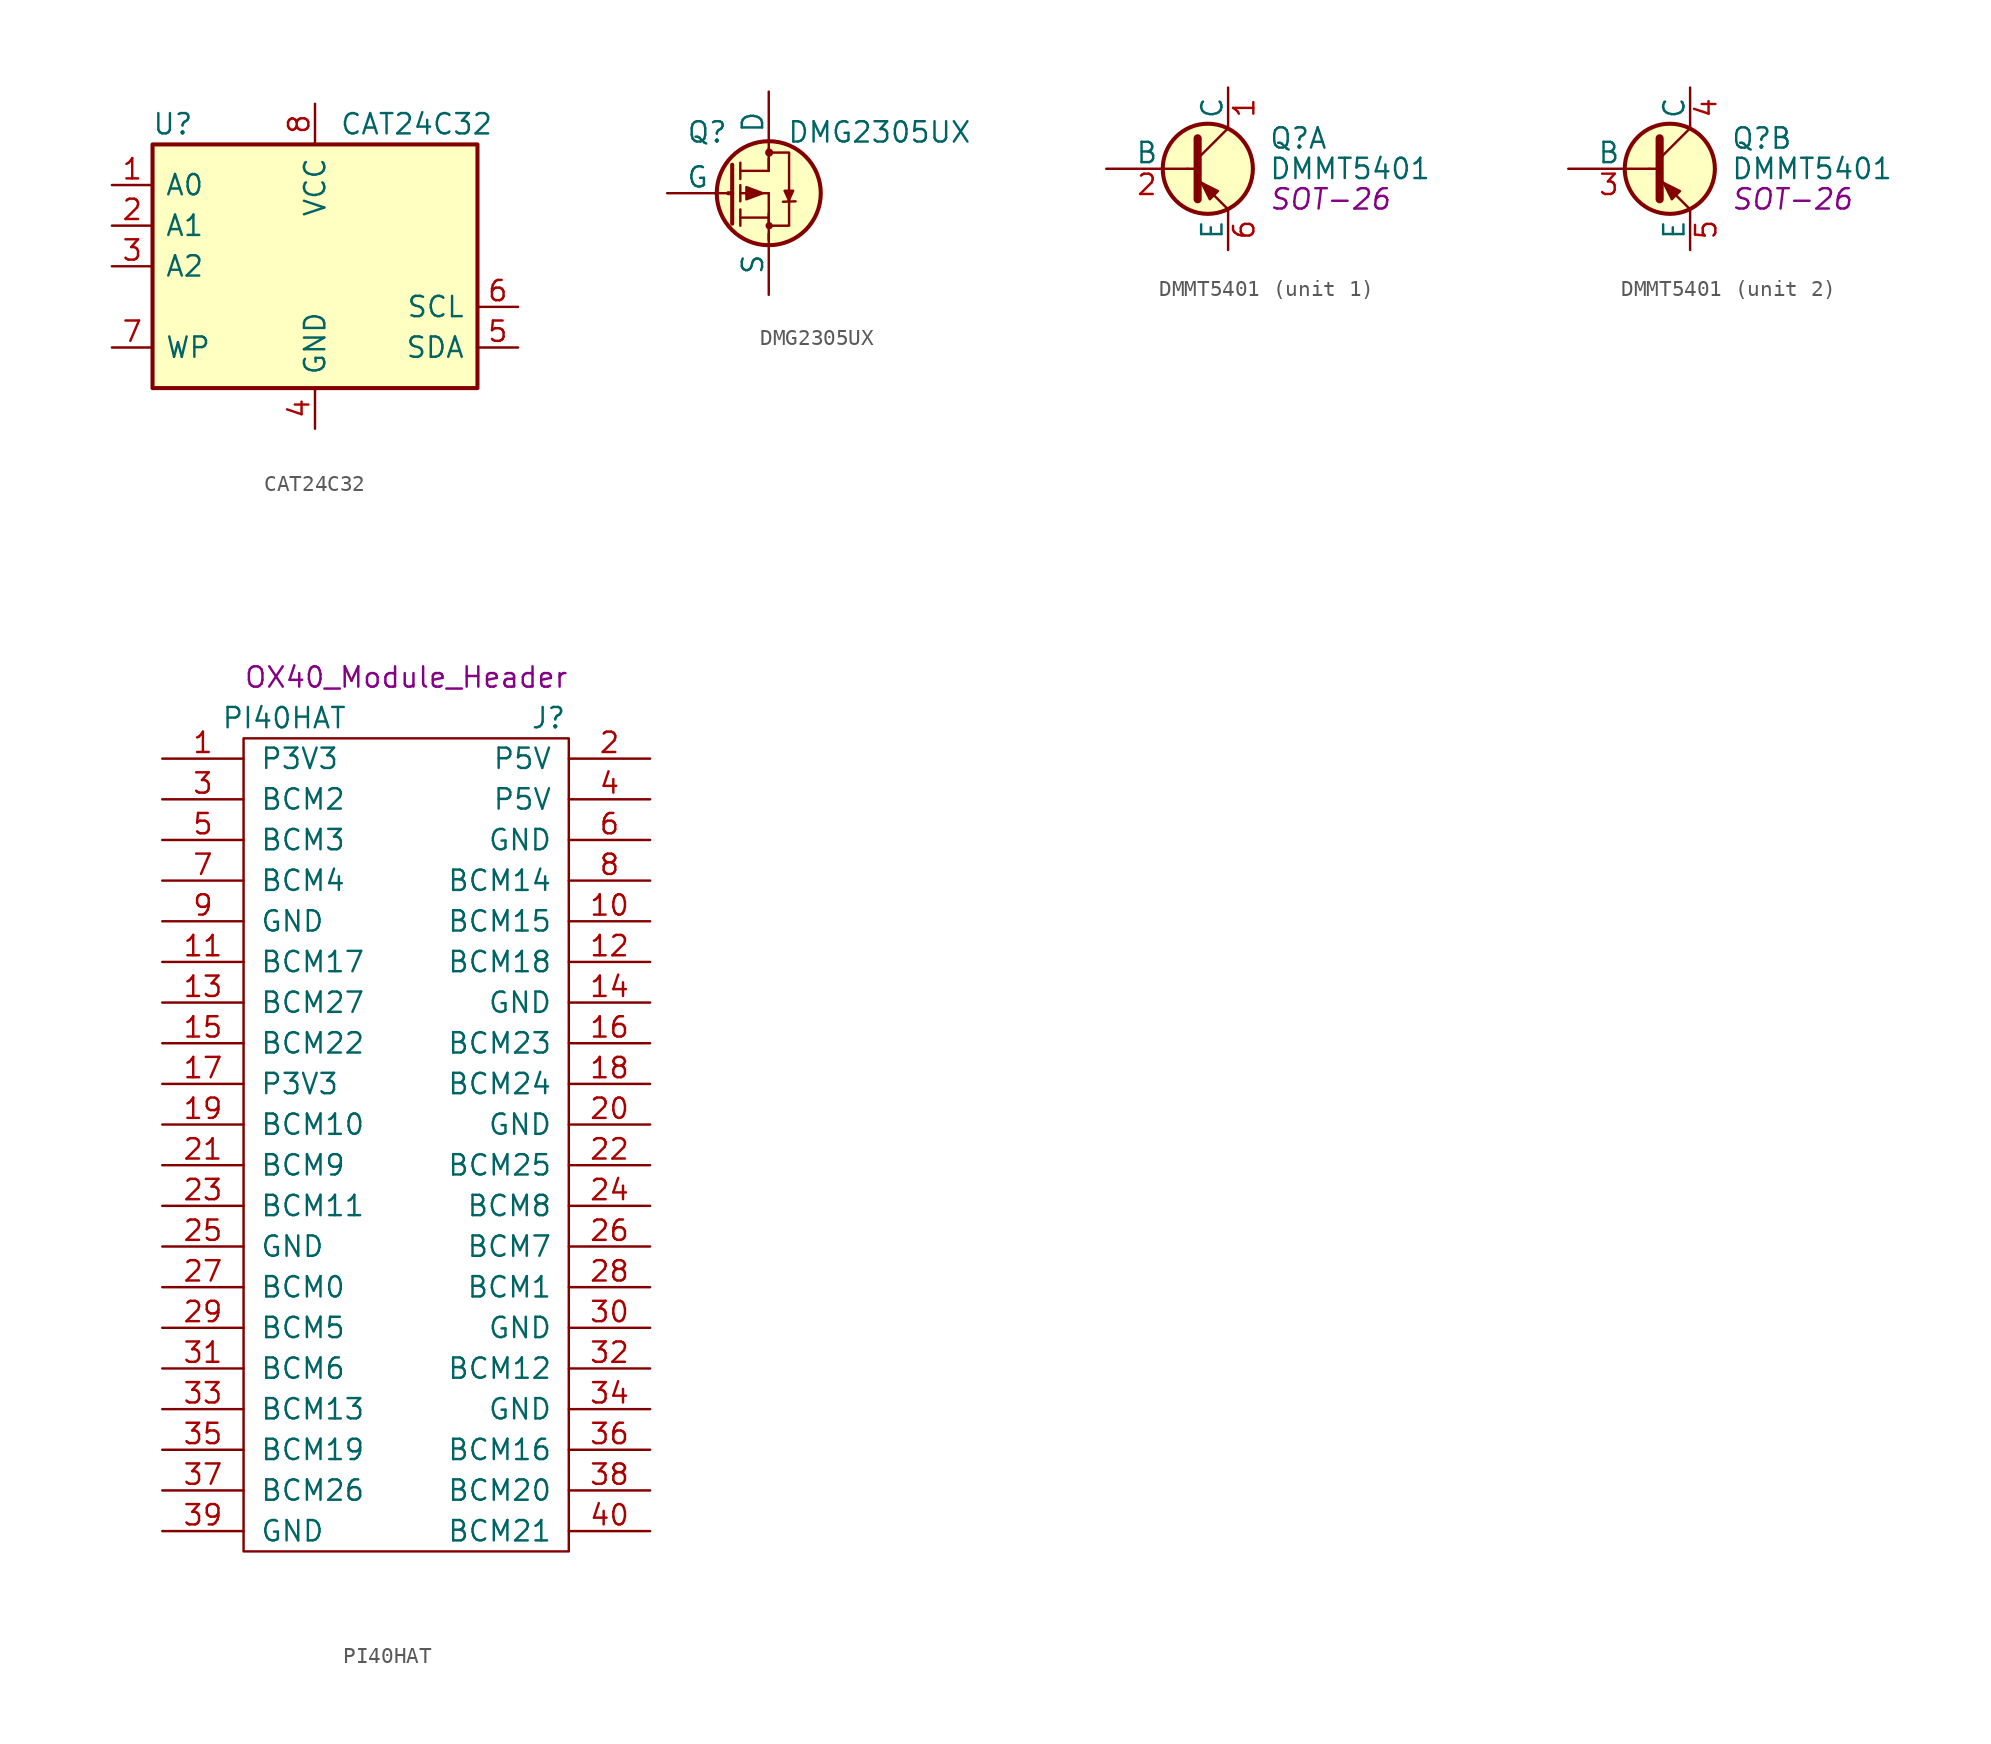
<source format=kicad_sym>
(kicad_symbol_lib
  (version 20220914)
  (generator kicad_symbol_editor)
  (symbol "CAT24C32"
    (pin_names
      (offset 0.762))
    (property "Reference" "U"
      (at -8.89 8.89 0)
      (effects (font (size 1.27 1.27))))
    (property "Value" "CAT24C32"
      (at 6.35 8.89 0)
      (effects (font (size 1.27 1.27))))
    (property "Footprint" ""
      (at 0 0 0)
      (effects (font (size 1.27 1.27))))
    (property "Datasheet" ""
      (at 0 0 0)
      (effects (font (size 1.27 1.27))))
    (symbol "CAT24C32_0_0"
      (pin power_in line (at 0 -10.16 90) (length 2.54) (name "GND" (effects (font (size 1.27 1.27)))) (number "4" (effects (font (size 1.27 1.27)))))
      (pin power_in line (at 0 10.16 270) (length 2.54) (name "VCC" (effects (font (size 1.27 1.27)))) (number "8" (effects (font (size 1.27 1.27))))))
    (symbol "CAT24C32_1_1"
      (rectangle (start -10.16 -7.62) (end 10.16 7.62) (stroke (width 0.254) (type default)) (fill (type background)))
      (pin input line (at -12.7 5.08 0) (length 2.54) (name "A0" (effects (font (size 1.27 1.27)))) (number "1" (effects (font (size 1.27 1.27)))))
      (pin input line (at -12.7 2.54 0) (length 2.54) (name "A1" (effects (font (size 1.27 1.27)))) (number "2" (effects (font (size 1.27 1.27)))))
      (pin input line (at -12.7 0 0) (length 2.54) (name "A2" (effects (font (size 1.27 1.27)))) (number "3" (effects (font (size 1.27 1.27)))))
      (pin bidirectional line (at 12.7 -5.08 180) (length 2.54) (name "SDA" (effects (font (size 1.27 1.27)))) (number "5" (effects (font (size 1.27 1.27)))))
      (pin input line (at 12.7 -2.54 180) (length 2.54) (name "SCL" (effects (font (size 1.27 1.27)))) (number "6" (effects (font (size 1.27 1.27)))))
      (pin input line (at -12.7 -5.08 0) (length 2.54) (name "WP" (effects (font (size 1.27 1.27)))) (number "7" (effects (font (size 1.27 1.27)))))))
  (symbol "DMG2305UX"
    (pin_numbers hide)
    (pin_names
      (offset 0))
    (property "Reference" "Q"
      (at -2.54 3.81 0)
      (effects (font (size 1.27 1.27)) (justify right)))
    (property "Value" "DMG2305UX"
      (at 12.7 3.81 0)
      (effects (font (size 1.27 1.27)) (justify right)))
    (property "Footprint" ""
      (at 5.08 4.953 0)
      (effects (font (size 1.27 1.27))))
    (property "Datasheet" ""
      (at -2.54 0 0)
      (effects (font (size 1.27 1.27))))
    (symbol "DMG2305UX_0_1"
      (polyline (pts (xy -2.54 0) (xy -2.286 0)) (stroke (width 0.254) (type default)) (fill (type none)))
      (polyline (pts (xy -1.778 -1.524) (xy 0 -1.524)) (stroke (width 0) (type default)) (fill (type none)))
      (polyline (pts (xy -1.778 -1.016) (xy -1.778 -2.032)) (stroke (width 0) (type default)) (fill (type none)))
      (polyline (pts (xy -1.778 0) (xy 0 0)) (stroke (width 0) (type default)) (fill (type none)))
      (polyline (pts (xy -1.778 0.508) (xy -1.778 -0.508)) (stroke (width 0) (type default)) (fill (type none)))
      (polyline (pts (xy -1.778 1.397) (xy 0 1.397)) (stroke (width 0) (type default)) (fill (type none)))
      (polyline (pts (xy -1.778 1.905) (xy -1.778 0.889)) (stroke (width 0) (type default)) (fill (type none)))
      (polyline (pts (xy 0 -2.032) (xy 0 -2.921)) (stroke (width 0) (type default)) (fill (type none)))
      (polyline (pts (xy 0 -1.778) (xy 0 0)) (stroke (width 0) (type default)) (fill (type none)))
      (polyline (pts (xy 0 -1.27) (xy 0 -2.032)) (stroke (width 0) (type default)) (fill (type none)))
      (polyline (pts (xy 0 1.524) (xy 0 2.794)) (stroke (width 0) (type default)) (fill (type none)))
      (polyline (pts (xy 0 2.159) (xy 0 1.397)) (stroke (width 0) (type default)) (fill (type none)))
      (polyline (pts (xy 0.889 -0.533) (xy 1.676 -0.508)) (stroke (width 0) (type default)) (fill (type none)))
      (polyline (pts (xy -2.286 1.778) (xy -2.286 -1.905) (xy -2.286 -1.397) (xy -2.286 -1.651)) (stroke (width 0.254) (type default)) (fill (type none)))
      (polyline (pts (xy -0.381 0) (xy -1.397 0.381) (xy -1.397 -0.381) (xy -0.381 0)) (stroke (width 0) (type default)) (fill (type outline)))
      (polyline (pts (xy 1.27 -0.457) (xy 0.991 0.152) (xy 1.524 0.152) (xy 1.245 -0.457)) (stroke (width 0) (type default)) (fill (type outline)))
      (polyline (pts (xy 0 2.54) (xy 1.27 2.54) (xy 1.27 0.508) (xy 1.27 -2.032) (xy 0 -2.032)) (stroke (width 0) (type default)) (fill (type none)))
      (circle (center 0 0) (radius 3.251) (stroke (width 0.254) (type default)) (fill (type background)))
      (circle (center 0.025 -2.032) (radius 0.152) (stroke (width 0) (type default)) (fill (type outline)))
      (circle (center 0.025 2.54) (radius 0.178) (stroke (width 0) (type default)) (fill (type outline))))
    (symbol "DMG2305UX_1_1"
      (pin input line (at -6.35 0 0) (length 3.81) (name "G" (effects (font (size 1.27 1.27)))) (number "1" (effects (font (size 1.27 1.27)))))
      (pin passive line (at 0 -6.35 90) (length 3.81) (name "S" (effects (font (size 1.27 1.27)))) (number "2" (effects (font (size 1.27 1.27)))))
      (pin passive line (at 0 6.35 270) (length 3.81) (name "D" (effects (font (size 1.27 1.27)))) (number "3" (effects (font (size 1.27 1.27)))))))
  (symbol "DMMT5401"
    (pin_names
      (offset 0))
    (property "Reference" "Q"
      (at 5.08 1.905 0)
      (effects (font (size 1.27 1.27)) (justify left)))
    (property "Value" "DMMT5401"
      (at 5.08 0 0)
      (effects (font (size 1.27 1.27)) (justify left)))
    (property "Footprint" "SOT-26"
      (at 5.08 -1.905 0)
      (effects (font (size 1.27 1.27) italic) (justify left)))
    (property "Datasheet" ""
      (at 0 0 0)
      (effects (font (size 1.27 1.27)) (justify left)))
    (symbol "DMMT5401_0_1"
      (polyline (pts (xy 0 0) (xy 0.635 0)) (stroke (width 0) (type default)) (fill (type none)))
      (polyline (pts (xy 2.54 -2.54) (xy 0.635 -0.635)) (stroke (width 0) (type default)) (fill (type none)))
      (polyline (pts (xy 2.54 2.54) (xy 0.635 0.635)) (stroke (width 0) (type default)) (fill (type none)))
      (polyline (pts (xy 0.635 1.905) (xy 0.635 -1.905) (xy 0.635 -1.905)) (stroke (width 0.508) (type default)) (fill (type outline)))
      (polyline (pts (xy 1.397 -1.905) (xy 1.905 -1.397) (xy 0.889 -0.889) (xy 1.397 -1.905) (xy 1.397 -1.905)) (stroke (width 0) (type default)) (fill (type outline)))
      (circle (center 1.27 0) (radius 2.819) (stroke (width 0.254) (type default)) (fill (type background))))
    (symbol "DMMT5401_1_1"
      (pin passive line (at 2.54 5.08 270) (length 2.54) (name "C" (effects (font (size 1.27 1.27)))) (number "1" (effects (font (size 1.27 1.27)))))
      (pin input line (at -5.08 0 0) (length 5.08) (name "B" (effects (font (size 1.27 1.27)))) (number "2" (effects (font (size 1.27 1.27)))))
      (pin passive line (at 2.54 -5.08 90) (length 2.54) (name "E" (effects (font (size 1.27 1.27)))) (number "6" (effects (font (size 1.27 1.27))))))
    (symbol "DMMT5401_2_1"
      (pin input line (at -5.08 0 0) (length 5.08) (name "B" (effects (font (size 1.27 1.27)))) (number "3" (effects (font (size 1.27 1.27)))))
      (pin passive line (at 2.54 5.08 270) (length 2.54) (name "C" (effects (font (size 1.27 1.27)))) (number "4" (effects (font (size 1.27 1.27)))))
      (pin passive line (at 2.54 -5.08 90) (length 2.54) (name "E" (effects (font (size 1.27 1.27)))) (number "5" (effects (font (size 1.27 1.27)))))))
  (symbol "PI40HAT"
    (pin_names
      (offset 1.016))
    (property "Reference" "J"
      (at 8.89 2.54 0)
      (effects (font (size 1.27 1.27))))
    (property "Value" "PI40HAT"
      (at -7.62 2.54 0)
      (effects (font (size 1.27 1.27))))
    (property "Footprint" "OX40_Module_Header"
      (at 0 5.08 0)
      (effects (font (size 1.27 1.27))))
    (property "Datasheet" ""
      (at -17.78 0 0)
      (effects (font (size 1.27 1.27))))
    (symbol "PI40HAT_0_1"
      (rectangle (start -10.16 1.27) (end 10.16 -49.53) (stroke (width 0) (type default)) (fill (type none))))
    (symbol "PI40HAT_1_1"
      (pin passive line (at -15.24 0 0) (length 5.08) (name "P3V3" (effects (font (size 1.27 1.27)))) (number "1" (effects (font (size 1.27 1.27)))))
      (pin passive line (at 15.24 -10.16 180) (length 5.08) (name "BCM15" (effects (font (size 1.27 1.27)))) (number "10" (effects (font (size 1.27 1.27)))))
      (pin passive line (at -15.24 -12.7 0) (length 5.08) (name "BCM17" (effects (font (size 1.27 1.27)))) (number "11" (effects (font (size 1.27 1.27)))))
      (pin passive line (at 15.24 -12.7 180) (length 5.08) (name "BCM18" (effects (font (size 1.27 1.27)))) (number "12" (effects (font (size 1.27 1.27)))))
      (pin passive line (at -15.24 -15.24 0) (length 5.08) (name "BCM27" (effects (font (size 1.27 1.27)))) (number "13" (effects (font (size 1.27 1.27)))))
      (pin passive line (at 15.24 -15.24 180) (length 5.08) (name "GND" (effects (font (size 1.27 1.27)))) (number "14" (effects (font (size 1.27 1.27)))))
      (pin passive line (at -15.24 -17.78 0) (length 5.08) (name "BCM22" (effects (font (size 1.27 1.27)))) (number "15" (effects (font (size 1.27 1.27)))))
      (pin passive line (at 15.24 -17.78 180) (length 5.08) (name "BCM23" (effects (font (size 1.27 1.27)))) (number "16" (effects (font (size 1.27 1.27)))))
      (pin passive line (at -15.24 -20.32 0) (length 5.08) (name "P3V3" (effects (font (size 1.27 1.27)))) (number "17" (effects (font (size 1.27 1.27)))))
      (pin passive line (at 15.24 -20.32 180) (length 5.08) (name "BCM24" (effects (font (size 1.27 1.27)))) (number "18" (effects (font (size 1.27 1.27)))))
      (pin passive line (at -15.24 -22.86 0) (length 5.08) (name "BCM10" (effects (font (size 1.27 1.27)))) (number "19" (effects (font (size 1.27 1.27)))))
      (pin passive line (at 15.24 0 180) (length 5.08) (name "P5V" (effects (font (size 1.27 1.27)))) (number "2" (effects (font (size 1.27 1.27)))))
      (pin passive line (at 15.24 -22.86 180) (length 5.08) (name "GND" (effects (font (size 1.27 1.27)))) (number "20" (effects (font (size 1.27 1.27)))))
      (pin passive line (at -15.24 -25.4 0) (length 5.08) (name "BCM9" (effects (font (size 1.27 1.27)))) (number "21" (effects (font (size 1.27 1.27)))))
      (pin passive line (at 15.24 -25.4 180) (length 5.08) (name "BCM25" (effects (font (size 1.27 1.27)))) (number "22" (effects (font (size 1.27 1.27)))))
      (pin passive line (at -15.24 -27.94 0) (length 5.08) (name "BCM11" (effects (font (size 1.27 1.27)))) (number "23" (effects (font (size 1.27 1.27)))))
      (pin passive line (at 15.24 -27.94 180) (length 5.08) (name "BCM8" (effects (font (size 1.27 1.27)))) (number "24" (effects (font (size 1.27 1.27)))))
      (pin passive line (at -15.24 -30.48 0) (length 5.08) (name "GND" (effects (font (size 1.27 1.27)))) (number "25" (effects (font (size 1.27 1.27)))))
      (pin passive line (at 15.24 -30.48 180) (length 5.08) (name "BCM7" (effects (font (size 1.27 1.27)))) (number "26" (effects (font (size 1.27 1.27)))))
      (pin passive line (at -15.24 -33.02 0) (length 5.08) (name "BCM0" (effects (font (size 1.27 1.27)))) (number "27" (effects (font (size 1.27 1.27)))))
      (pin passive line (at 15.24 -33.02 180) (length 5.08) (name "BCM1" (effects (font (size 1.27 1.27)))) (number "28" (effects (font (size 1.27 1.27)))))
      (pin passive line (at -15.24 -35.56 0) (length 5.08) (name "BCM5" (effects (font (size 1.27 1.27)))) (number "29" (effects (font (size 1.27 1.27)))))
      (pin passive line (at -15.24 -2.54 0) (length 5.08) (name "BCM2" (effects (font (size 1.27 1.27)))) (number "3" (effects (font (size 1.27 1.27)))))
      (pin passive line (at 15.24 -35.56 180) (length 5.08) (name "GND" (effects (font (size 1.27 1.27)))) (number "30" (effects (font (size 1.27 1.27)))))
      (pin passive line (at -15.24 -38.1 0) (length 5.08) (name "BCM6" (effects (font (size 1.27 1.27)))) (number "31" (effects (font (size 1.27 1.27)))))
      (pin passive line (at 15.24 -38.1 180) (length 5.08) (name "BCM12" (effects (font (size 1.27 1.27)))) (number "32" (effects (font (size 1.27 1.27)))))
      (pin passive line (at -15.24 -40.64 0) (length 5.08) (name "BCM13" (effects (font (size 1.27 1.27)))) (number "33" (effects (font (size 1.27 1.27)))))
      (pin passive line (at 15.24 -40.64 180) (length 5.08) (name "GND" (effects (font (size 1.27 1.27)))) (number "34" (effects (font (size 1.27 1.27)))))
      (pin passive line (at -15.24 -43.18 0) (length 5.08) (name "BCM19" (effects (font (size 1.27 1.27)))) (number "35" (effects (font (size 1.27 1.27)))))
      (pin passive line (at 15.24 -43.18 180) (length 5.08) (name "BCM16" (effects (font (size 1.27 1.27)))) (number "36" (effects (font (size 1.27 1.27)))))
      (pin passive line (at -15.24 -45.72 0) (length 5.08) (name "BCM26" (effects (font (size 1.27 1.27)))) (number "37" (effects (font (size 1.27 1.27)))))
      (pin passive line (at 15.24 -45.72 180) (length 5.08) (name "BCM20" (effects (font (size 1.27 1.27)))) (number "38" (effects (font (size 1.27 1.27)))))
      (pin passive line (at -15.24 -48.26 0) (length 5.08) (name "GND" (effects (font (size 1.27 1.27)))) (number "39" (effects (font (size 1.27 1.27)))))
      (pin passive line (at 15.24 -2.54 180) (length 5.08) (name "P5V" (effects (font (size 1.27 1.27)))) (number "4" (effects (font (size 1.27 1.27)))))
      (pin passive line (at 15.24 -48.26 180) (length 5.08) (name "BCM21" (effects (font (size 1.27 1.27)))) (number "40" (effects (font (size 1.27 1.27)))))
      (pin passive line (at -15.24 -5.08 0) (length 5.08) (name "BCM3" (effects (font (size 1.27 1.27)))) (number "5" (effects (font (size 1.27 1.27)))))
      (pin passive line (at 15.24 -5.08 180) (length 5.08) (name "GND" (effects (font (size 1.27 1.27)))) (number "6" (effects (font (size 1.27 1.27)))))
      (pin passive line (at -15.24 -7.62 0) (length 5.08) (name "BCM4" (effects (font (size 1.27 1.27)))) (number "7" (effects (font (size 1.27 1.27)))))
      (pin passive line (at 15.24 -7.62 180) (length 5.08) (name "BCM14" (effects (font (size 1.27 1.27)))) (number "8" (effects (font (size 1.27 1.27)))))
      (pin passive line (at -15.24 -10.16 0) (length 5.08) (name "GND" (effects (font (size 1.27 1.27)))) (number "9" (effects (font (size 1.27 1.27))))))))
</source>
